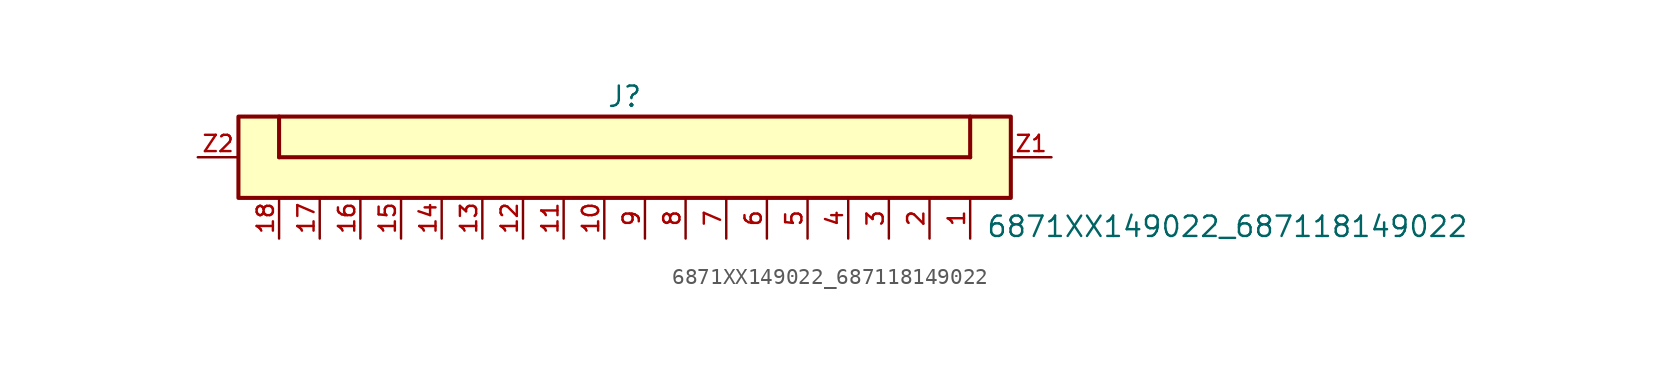
<source format=kicad_sym>
(kicad_symbol_lib
  (version 20211014)
  (generator kicad_symbol_editor)
  (symbol "6871XX149022_687118149022"
    (pin_names
      (offset 1.016))
    (property "Reference" "J"
      (at -1.27 3.048 0)
      (effects (font (size 1.27 1.27)) (justify bottom)))
    (property "Value" "6871XX149022_687118149022"
      (at 21.29 -5.08 0)
      (effects (font (size 1.27 1.27)) (justify bottom left)))
    (symbol "6871XX149022_687118149022_0_0"
      (polyline (pts (xy -22.86 2.54) (xy -22.86 0.0)) (stroke (width 0.254)))
      (polyline (pts (xy -22.86 0.0) (xy 20.32 0.0)) (stroke (width 0.254)))
      (polyline (pts (xy 20.32 0.0) (xy 20.32 2.54)) (stroke (width 0.254)))
      (rectangle (start -25.4 -2.54) (end 22.86 2.54) (stroke (width 0.254)) (fill (type background)))
      (pin passive line (at 20.32 -5.08 90.0) (length 2.54) (name "~" (effects (font (size 1.016 1.016)))) (number "1" (effects (font (size 1.016 1.016)))))
      (pin passive line (at 17.78 -5.08 90.0) (length 2.54) (name "~" (effects (font (size 1.016 1.016)))) (number "2" (effects (font (size 1.016 1.016)))))
      (pin passive line (at 15.24 -5.08 90.0) (length 2.54) (name "~" (effects (font (size 1.016 1.016)))) (number "3" (effects (font (size 1.016 1.016)))))
      (pin passive line (at 12.7 -5.08 90.0) (length 2.54) (name "~" (effects (font (size 1.016 1.016)))) (number "4" (effects (font (size 1.016 1.016)))))
      (pin passive line (at 10.16 -5.08 90.0) (length 2.54) (name "~" (effects (font (size 1.016 1.016)))) (number "5" (effects (font (size 1.016 1.016)))))
      (pin passive line (at 7.62 -5.08 90.0) (length 2.54) (name "~" (effects (font (size 1.016 1.016)))) (number "6" (effects (font (size 1.016 1.016)))))
      (pin passive line (at 5.08 -5.08 90.0) (length 2.54) (name "~" (effects (font (size 1.016 1.016)))) (number "7" (effects (font (size 1.016 1.016)))))
      (pin passive line (at 2.54 -5.08 90.0) (length 2.54) (name "~" (effects (font (size 1.016 1.016)))) (number "8" (effects (font (size 1.016 1.016)))))
      (pin passive line (at 0.0 -5.08 90.0) (length 2.54) (name "~" (effects (font (size 1.016 1.016)))) (number "9" (effects (font (size 1.016 1.016)))))
      (pin passive line (at -2.54 -5.08 90.0) (length 2.54) (name "~" (effects (font (size 1.016 1.016)))) (number "10" (effects (font (size 1.016 1.016)))))
      (pin passive line (at -5.08 -5.08 90.0) (length 2.54) (name "~" (effects (font (size 1.016 1.016)))) (number "11" (effects (font (size 1.016 1.016)))))
      (pin passive line (at -7.62 -5.08 90.0) (length 2.54) (name "~" (effects (font (size 1.016 1.016)))) (number "12" (effects (font (size 1.016 1.016)))))
      (pin passive line (at -10.16 -5.08 90.0) (length 2.54) (name "~" (effects (font (size 1.016 1.016)))) (number "13" (effects (font (size 1.016 1.016)))))
      (pin passive line (at -12.7 -5.08 90.0) (length 2.54) (name "~" (effects (font (size 1.016 1.016)))) (number "14" (effects (font (size 1.016 1.016)))))
      (pin passive line (at -15.24 -5.08 90.0) (length 2.54) (name "~" (effects (font (size 1.016 1.016)))) (number "15" (effects (font (size 1.016 1.016)))))
      (pin passive line (at -17.78 -5.08 90.0) (length 2.54) (name "~" (effects (font (size 1.016 1.016)))) (number "16" (effects (font (size 1.016 1.016)))))
      (pin passive line (at -20.32 -5.08 90.0) (length 2.54) (name "~" (effects (font (size 1.016 1.016)))) (number "17" (effects (font (size 1.016 1.016)))))
      (pin passive line (at -22.86 -5.08 90.0) (length 2.54) (name "~" (effects (font (size 1.016 1.016)))) (number "18" (effects (font (size 1.016 1.016)))))
      (pin passive line (at 25.4 0.0 180.0) (length 2.54) (name "~" (effects (font (size 1.016 1.016)))) (number "Z1" (effects (font (size 1.016 1.016)))))
      (pin passive line (at -27.94 0.0 0) (length 2.54) (name "~" (effects (font (size 1.016 1.016)))) (number "Z2" (effects (font (size 1.016 1.016))))))))
</source>
